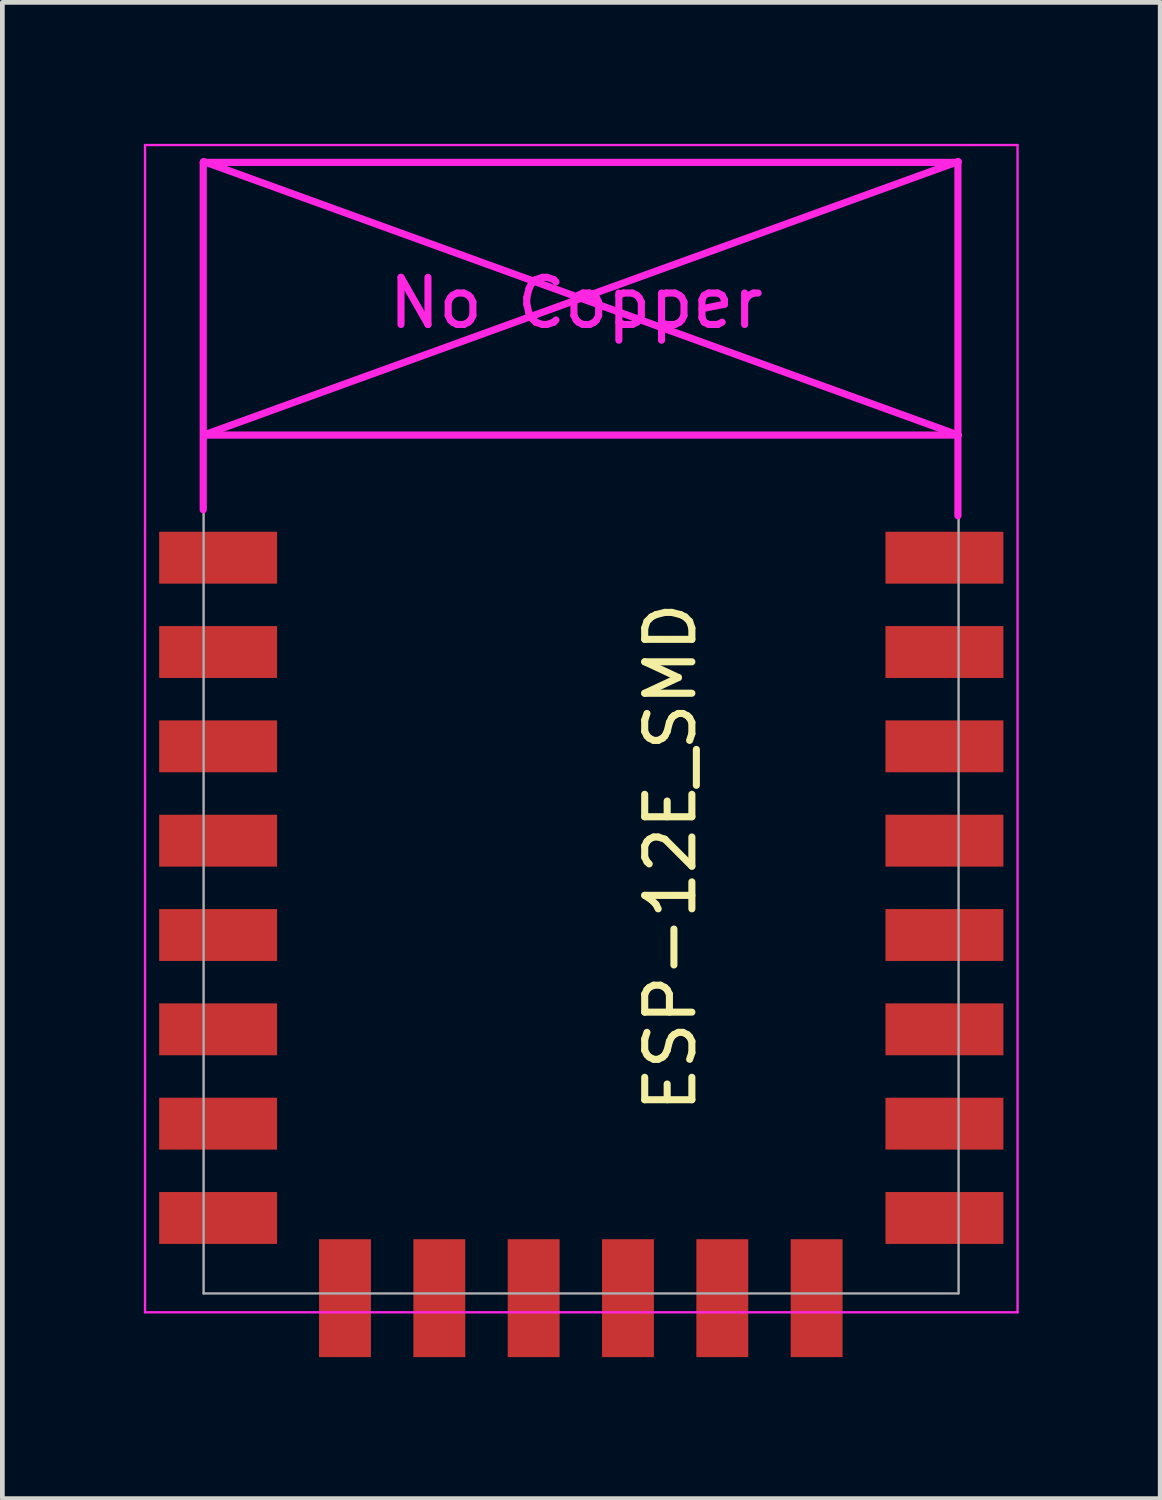
<source format=kicad_pcb>
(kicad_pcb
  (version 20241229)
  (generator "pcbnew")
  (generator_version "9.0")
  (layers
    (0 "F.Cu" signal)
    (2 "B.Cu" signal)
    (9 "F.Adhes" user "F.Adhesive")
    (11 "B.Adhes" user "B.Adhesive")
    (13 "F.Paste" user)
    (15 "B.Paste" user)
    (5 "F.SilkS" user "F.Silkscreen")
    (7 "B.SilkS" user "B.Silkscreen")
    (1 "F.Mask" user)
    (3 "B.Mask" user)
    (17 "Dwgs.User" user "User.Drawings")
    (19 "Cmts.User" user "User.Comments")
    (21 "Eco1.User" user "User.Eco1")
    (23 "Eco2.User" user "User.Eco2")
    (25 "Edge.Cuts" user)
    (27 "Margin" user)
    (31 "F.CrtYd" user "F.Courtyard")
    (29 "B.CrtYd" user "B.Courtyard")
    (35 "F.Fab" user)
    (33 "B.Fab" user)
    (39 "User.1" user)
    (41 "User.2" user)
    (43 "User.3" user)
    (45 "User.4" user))
  (footprint "ESP-12E_SMD"
    (layer "F.Cu")
    (at 2.275 8.775)
    (property "Reference" "ESP-12E_SMD" (at 8.89 6.35 90) (layer "F.SilkS") (effects (font (size 1 1) (thickness 0.15))))
    (attr through_hole)
    (fp_line (start -2.25 -8.75) (end 15.25 -8.75) (stroke (width 0.05) (type solid)) (layer "F.CrtYd"))
    (fp_line (start -2.25 -0.5) (end -2.25 -8.75) (stroke (width 0.05) (type solid)) (layer "F.CrtYd"))
    (fp_line (start -2.25 16) (end -2.25 -0.5) (stroke (width 0.05) (type solid)) (layer "F.CrtYd"))
    (fp_line (start -1.016 -8.382) (end -1.016 -1.016) (stroke (width 0.152) (type solid)) (layer "F.CrtYd"))
    (fp_line (start -1.016 -8.382) (end 14.986 -8.382) (stroke (width 0.152) (type solid)) (layer "F.CrtYd"))
    (fp_line (start -1.008 -8.4) (end 14.992 -2.6) (stroke (width 0.152) (type solid)) (layer "F.CrtYd"))
    (fp_line (start -1.008 -2.6) (end 14.992 -2.6) (stroke (width 0.152) (type solid)) (layer "F.CrtYd"))
    (fp_line (start 14.986 -8.382) (end 14.986 -0.889) (stroke (width 0.152) (type solid)) (layer "F.CrtYd"))
    (fp_line (start 14.992 -8.4) (end -1.008 -2.6) (stroke (width 0.152) (type solid)) (layer "F.CrtYd"))
    (fp_line (start 15.25 -8.75) (end 16.25 -8.75) (stroke (width 0.05) (type solid)) (layer "F.CrtYd"))
    (fp_line (start 16.25 -8.75) (end 16.25 16) (stroke (width 0.05) (type solid)) (layer "F.CrtYd"))
    (fp_line (start 16.25 16) (end -2.25 16) (stroke (width 0.05) (type solid)) (layer "F.CrtYd"))
    (fp_line (start -1.008 -8.4) (end 14.992 -8.4) (stroke (width 0.05) (type solid)) (layer "F.Fab"))
    (fp_line (start -1.008 15.6) (end -1.008 -8.4) (stroke (width 0.05) (type solid)) (layer "F.Fab"))
    (fp_line (start 14.992 15.6) (end -1.008 15.6) (stroke (width 0.05) (type solid)) (layer "F.Fab"))
    (fp_line (start 15 -8.4) (end 15 15.6) (stroke (width 0.05) (type solid)) (layer "F.Fab"))
    (fp_text user "No Copper" (at 6.892 -5.4 0) (layer "F.CrtYd") (effects (font (size 1 1) (thickness 0.15))))
    (pad "1" smd rect (at 0 0) (size 2.5 1.1) (drill (offset -0.7 0)) (layers "F.Cu" "F.Mask" "F.Paste"))
    (pad "2" smd rect (at 0 2) (size 2.5 1.1) (drill (offset -0.7 0)) (layers "F.Cu" "F.Mask" "F.Paste"))
    (pad "3" smd rect (at 0 4) (size 2.5 1.1) (drill (offset -0.7 0)) (layers "F.Cu" "F.Mask" "F.Paste"))
    (pad "4" smd rect (at 0 6) (size 2.5 1.1) (drill (offset -0.7 0)) (layers "F.Cu" "F.Mask" "F.Paste"))
    (pad "5" smd rect (at 0 8) (size 2.5 1.1) (drill (offset -0.7 0)) (layers "F.Cu" "F.Mask" "F.Paste"))
    (pad "6" smd rect (at 0 10) (size 2.5 1.1) (drill (offset -0.7 0)) (layers "F.Cu" "F.Mask" "F.Paste"))
    (pad "7" smd rect (at 0 12) (size 2.5 1.1) (drill (offset -0.7 0)) (layers "F.Cu" "F.Mask" "F.Paste"))
    (pad "8" smd rect (at 0 14) (size 2.5 1.1) (drill (offset -0.7 0)) (layers "F.Cu" "F.Mask" "F.Paste"))
    (pad "9" smd rect (at 14 14) (size 2.5 1.1) (drill (offset 0.7 0)) (layers "F.Cu" "F.Mask" "F.Paste"))
    (pad "10" smd rect (at 14 12) (size 2.5 1.1) (drill (offset 0.7 0)) (layers "F.Cu" "F.Mask" "F.Paste"))
    (pad "11" smd rect (at 14 10) (size 2.5 1.1) (drill (offset 0.7 0)) (layers "F.Cu" "F.Mask" "F.Paste"))
    (pad "12" smd rect (at 14 8) (size 2.5 1.1) (drill (offset 0.7 0)) (layers "F.Cu" "F.Mask" "F.Paste"))
    (pad "13" smd rect (at 14 6) (size 2.5 1.1) (drill (offset 0.7 0)) (layers "F.Cu" "F.Mask" "F.Paste"))
    (pad "14" smd rect (at 14 4) (size 2.5 1.1) (drill (offset 0.7 0)) (layers "F.Cu" "F.Mask" "F.Paste"))
    (pad "15" smd rect (at 14 2) (size 2.5 1.1) (drill (offset 0.7 0)) (layers "F.Cu" "F.Mask" "F.Paste"))
    (pad "16" smd rect (at 14 0) (size 2.5 1.1) (drill (offset 0.7 0)) (layers "F.Cu" "F.Mask" "F.Paste"))
    (pad "17" smd rect (at 1.99 15 90) (size 2.5 1.1) (drill (offset -0.7 0)) (layers "F.Cu" "F.Mask" "F.Paste"))
    (pad "18" smd rect (at 3.99 15 90) (size 2.5 1.1) (drill (offset -0.7 0)) (layers "F.Cu" "F.Mask" "F.Paste"))
    (pad "19" smd rect (at 5.99 15 90) (size 2.5 1.1) (drill (offset -0.7 0)) (layers "F.Cu" "F.Mask" "F.Paste"))
    (pad "20" smd rect (at 7.99 15 90) (size 2.5 1.1) (drill (offset -0.7 0)) (layers "F.Cu" "F.Mask" "F.Paste"))
    (pad "21" smd rect (at 9.99 15 90) (size 2.5 1.1) (drill (offset -0.7 0)) (layers "F.Cu" "F.Mask" "F.Paste"))
    (pad "22" smd rect (at 11.99 15 90) (size 2.5 1.1) (drill (offset -0.7 0)) (layers "F.Cu" "F.Mask" "F.Paste")))
  (gr_rect
    (start -3 -3)
    (end 21.55 28.725)
    (stroke (width 0.1) (type default))
    (fill no)
    (layer "Edge.Cuts")))
</source>
